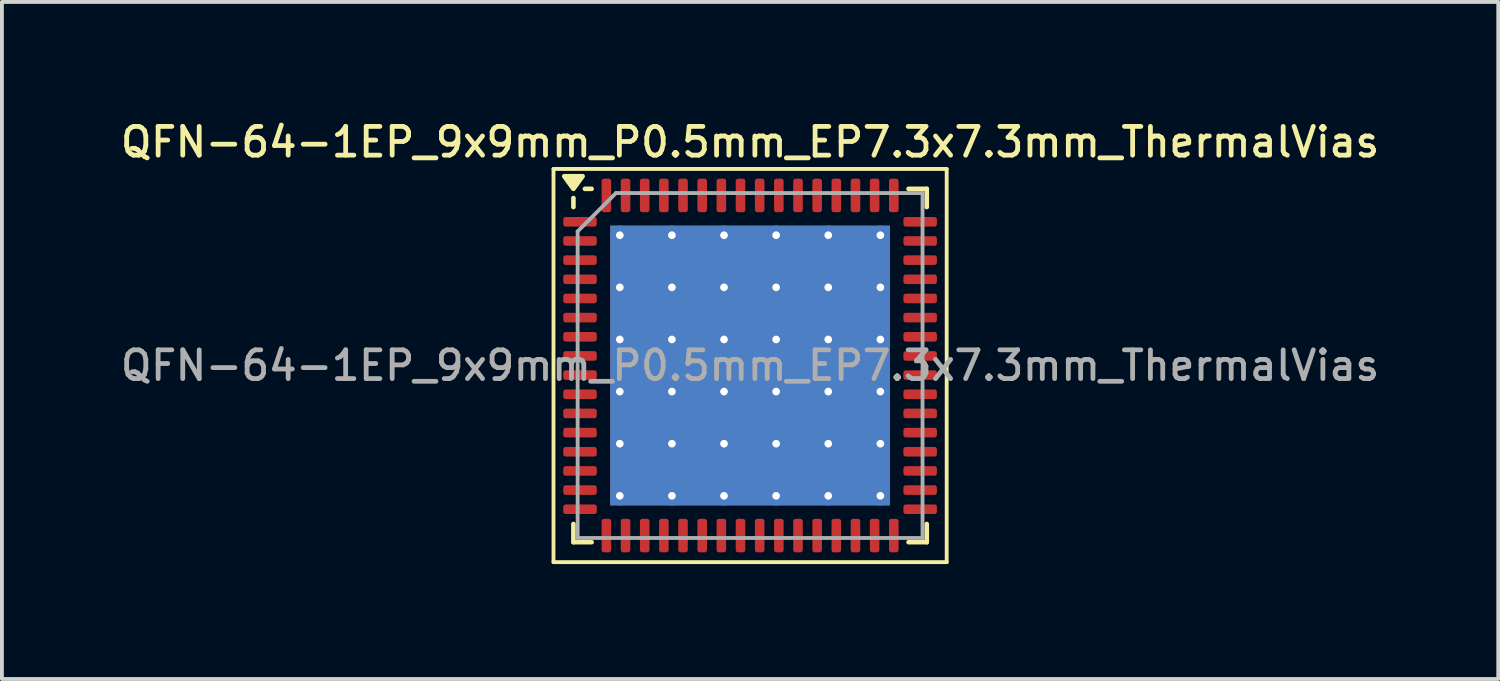
<source format=kicad_pcb>
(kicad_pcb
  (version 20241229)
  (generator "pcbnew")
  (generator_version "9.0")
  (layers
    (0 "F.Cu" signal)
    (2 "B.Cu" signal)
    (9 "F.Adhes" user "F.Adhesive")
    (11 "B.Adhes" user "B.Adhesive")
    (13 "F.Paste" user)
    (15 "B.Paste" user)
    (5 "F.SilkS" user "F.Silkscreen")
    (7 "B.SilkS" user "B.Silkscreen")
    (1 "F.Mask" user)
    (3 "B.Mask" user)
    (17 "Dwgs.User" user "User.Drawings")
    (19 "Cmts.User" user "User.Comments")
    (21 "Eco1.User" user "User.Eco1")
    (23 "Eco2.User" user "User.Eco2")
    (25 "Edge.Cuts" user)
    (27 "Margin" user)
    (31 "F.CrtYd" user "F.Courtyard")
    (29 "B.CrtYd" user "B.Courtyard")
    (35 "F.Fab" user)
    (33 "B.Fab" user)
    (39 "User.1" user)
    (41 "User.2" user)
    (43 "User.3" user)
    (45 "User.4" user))
  (footprint "QFN-64-1EP_9x9mm_P0.5mm_EP7.3x7.3mm_ThermalVias"
    (layer "F.Cu")
    (at 16.523 6.488)
    (property "Reference" "QFN-64-1EP_9x9mm_P0.5mm_EP7.3x7.3mm_ThermalVias" (at 0 -5.83 0) (layer "F.SilkS") (effects (font (size 0.75 0.75) (thickness 0.125))))
    (attr smd)
    (fp_line (start -5.13 -5.13) (end -5.13 5.13) (stroke (width 0.1) (type solid)) (layer "F.SilkS"))
    (fp_line (start -5.13 5.13) (end 5.13 5.13) (stroke (width 0.1) (type solid)) (layer "F.SilkS"))
    (fp_line (start -4.61 -4.135) (end -4.61 -4.37) (stroke (width 0.12) (type solid)) (layer "F.SilkS"))
    (fp_line (start -4.61 4.61) (end -4.61 4.135) (stroke (width 0.12) (type solid)) (layer "F.SilkS"))
    (fp_line (start -4.135 -4.61) (end -4.31 -4.61) (stroke (width 0.12) (type solid)) (layer "F.SilkS"))
    (fp_line (start -4.135 4.61) (end -4.61 4.61) (stroke (width 0.12) (type solid)) (layer "F.SilkS"))
    (fp_line (start 4.135 -4.61) (end 4.61 -4.61) (stroke (width 0.12) (type solid)) (layer "F.SilkS"))
    (fp_line (start 4.135 4.61) (end 4.61 4.61) (stroke (width 0.12) (type solid)) (layer "F.SilkS"))
    (fp_line (start 4.61 -4.61) (end 4.61 -4.135) (stroke (width 0.12) (type solid)) (layer "F.SilkS"))
    (fp_line (start 4.61 4.61) (end 4.61 4.135) (stroke (width 0.12) (type solid)) (layer "F.SilkS"))
    (fp_line (start 5.13 -5.13) (end -5.13 -5.13) (stroke (width 0.1) (type solid)) (layer "F.SilkS"))
    (fp_line (start 5.13 5.13) (end 5.13 -5.13) (stroke (width 0.1) (type solid)) (layer "F.SilkS"))
    (fp_poly (pts (xy -4.61 -4.61) (xy -4.85 -4.94) (xy -4.37 -4.94) (xy -4.61 -4.61)) (stroke (width 0.12) (type solid)) (fill yes) (layer "F.SilkS"))
    (fp_line (start -4.5 -3.5) (end -3.5 -4.5) (stroke (width 0.1) (type solid)) (layer "F.Fab"))
    (fp_line (start -4.5 4.5) (end -4.5 -3.5) (stroke (width 0.1) (type solid)) (layer "F.Fab"))
    (fp_line (start -3.5 -4.5) (end 4.5 -4.5) (stroke (width 0.1) (type solid)) (layer "F.Fab"))
    (fp_line (start 4.5 -4.5) (end 4.5 4.5) (stroke (width 0.1) (type solid)) (layer "F.Fab"))
    (fp_line (start 4.5 4.5) (end -4.5 4.5) (stroke (width 0.1) (type solid)) (layer "F.Fab"))
    (fp_text user "${REFERENCE}" (at 0 0 0) (layer "F.Fab") (effects (font (size 0.75 0.75) (thickness 0.125))))
    (pad "" smd roundrect (at -2.72 -2.72) (size 1.177 1.177) (layers "F.Paste") (roundrect_rratio 0.212))
    (pad "" smd roundrect (at -2.72 -1.36) (size 1.177 1.177) (layers "F.Paste") (roundrect_rratio 0.212))
    (pad "" smd roundrect (at -2.72 0) (size 1.177 1.177) (layers "F.Paste") (roundrect_rratio 0.212))
    (pad "" smd roundrect (at -2.72 1.36) (size 1.177 1.177) (layers "F.Paste") (roundrect_rratio 0.212))
    (pad "" smd roundrect (at -2.72 2.72) (size 1.177 1.177) (layers "F.Paste") (roundrect_rratio 0.212))
    (pad "" smd roundrect (at -1.36 -2.72) (size 1.177 1.177) (layers "F.Paste") (roundrect_rratio 0.212))
    (pad "" smd roundrect (at -1.36 -1.36) (size 1.177 1.177) (layers "F.Paste") (roundrect_rratio 0.212))
    (pad "" smd roundrect (at -1.36 0) (size 1.177 1.177) (layers "F.Paste") (roundrect_rratio 0.212))
    (pad "" smd roundrect (at -1.36 1.36) (size 1.177 1.177) (layers "F.Paste") (roundrect_rratio 0.212))
    (pad "" smd roundrect (at -1.36 2.72) (size 1.177 1.177) (layers "F.Paste") (roundrect_rratio 0.212))
    (pad "" smd roundrect (at 0 -2.72) (size 1.177 1.177) (layers "F.Paste") (roundrect_rratio 0.212))
    (pad "" smd roundrect (at 0 -1.36) (size 1.177 1.177) (layers "F.Paste") (roundrect_rratio 0.212))
    (pad "" smd roundrect (at 0 0) (size 1.177 1.177) (layers "F.Paste") (roundrect_rratio 0.212))
    (pad "" smd roundrect (at 0 1.36) (size 1.177 1.177) (layers "F.Paste") (roundrect_rratio 0.212))
    (pad "" smd roundrect (at 0 2.72) (size 1.177 1.177) (layers "F.Paste") (roundrect_rratio 0.212))
    (pad "" smd roundrect (at 1.36 -2.72) (size 1.177 1.177) (layers "F.Paste") (roundrect_rratio 0.212))
    (pad "" smd roundrect (at 1.36 -1.36) (size 1.177 1.177) (layers "F.Paste") (roundrect_rratio 0.212))
    (pad "" smd roundrect (at 1.36 0) (size 1.177 1.177) (layers "F.Paste") (roundrect_rratio 0.212))
    (pad "" smd roundrect (at 1.36 1.36) (size 1.177 1.177) (layers "F.Paste") (roundrect_rratio 0.212))
    (pad "" smd roundrect (at 1.36 2.72) (size 1.177 1.177) (layers "F.Paste") (roundrect_rratio 0.212))
    (pad "" smd roundrect (at 2.72 -2.72) (size 1.177 1.177) (layers "F.Paste") (roundrect_rratio 0.212))
    (pad "" smd roundrect (at 2.72 -1.36) (size 1.177 1.177) (layers "F.Paste") (roundrect_rratio 0.212))
    (pad "" smd roundrect (at 2.72 0) (size 1.177 1.177) (layers "F.Paste") (roundrect_rratio 0.212))
    (pad "" smd roundrect (at 2.72 1.36) (size 1.177 1.177) (layers "F.Paste") (roundrect_rratio 0.212))
    (pad "" smd roundrect (at 2.72 2.72) (size 1.177 1.177) (layers "F.Paste") (roundrect_rratio 0.212))
    (pad "1" smd roundrect (at -4.438 -3.75) (size 0.875 0.25) (layers "F.Cu" "F.Mask" "F.Paste") (roundrect_rratio 0.25))
    (pad "2" smd roundrect (at -4.438 -3.25) (size 0.875 0.25) (layers "F.Cu" "F.Mask" "F.Paste") (roundrect_rratio 0.25))
    (pad "3" smd roundrect (at -4.438 -2.75) (size 0.875 0.25) (layers "F.Cu" "F.Mask" "F.Paste") (roundrect_rratio 0.25))
    (pad "4" smd roundrect (at -4.438 -2.25) (size 0.875 0.25) (layers "F.Cu" "F.Mask" "F.Paste") (roundrect_rratio 0.25))
    (pad "5" smd roundrect (at -4.438 -1.75) (size 0.875 0.25) (layers "F.Cu" "F.Mask" "F.Paste") (roundrect_rratio 0.25))
    (pad "6" smd roundrect (at -4.438 -1.25) (size 0.875 0.25) (layers "F.Cu" "F.Mask" "F.Paste") (roundrect_rratio 0.25))
    (pad "7" smd roundrect (at -4.438 -0.75) (size 0.875 0.25) (layers "F.Cu" "F.Mask" "F.Paste") (roundrect_rratio 0.25))
    (pad "8" smd roundrect (at -4.438 -0.25) (size 0.875 0.25) (layers "F.Cu" "F.Mask" "F.Paste") (roundrect_rratio 0.25))
    (pad "9" smd roundrect (at -4.438 0.25) (size 0.875 0.25) (layers "F.Cu" "F.Mask" "F.Paste") (roundrect_rratio 0.25))
    (pad "10" smd roundrect (at -4.438 0.75) (size 0.875 0.25) (layers "F.Cu" "F.Mask" "F.Paste") (roundrect_rratio 0.25))
    (pad "11" smd roundrect (at -4.438 1.25) (size 0.875 0.25) (layers "F.Cu" "F.Mask" "F.Paste") (roundrect_rratio 0.25))
    (pad "12" smd roundrect (at -4.438 1.75) (size 0.875 0.25) (layers "F.Cu" "F.Mask" "F.Paste") (roundrect_rratio 0.25))
    (pad "13" smd roundrect (at -4.438 2.25) (size 0.875 0.25) (layers "F.Cu" "F.Mask" "F.Paste") (roundrect_rratio 0.25))
    (pad "14" smd roundrect (at -4.438 2.75) (size 0.875 0.25) (layers "F.Cu" "F.Mask" "F.Paste") (roundrect_rratio 0.25))
    (pad "15" smd roundrect (at -4.438 3.25) (size 0.875 0.25) (layers "F.Cu" "F.Mask" "F.Paste") (roundrect_rratio 0.25))
    (pad "16" smd roundrect (at -4.438 3.75) (size 0.875 0.25) (layers "F.Cu" "F.Mask" "F.Paste") (roundrect_rratio 0.25))
    (pad "17" smd roundrect (at -3.75 4.438) (size 0.25 0.875) (layers "F.Cu" "F.Mask" "F.Paste") (roundrect_rratio 0.25))
    (pad "18" smd roundrect (at -3.25 4.438) (size 0.25 0.875) (layers "F.Cu" "F.Mask" "F.Paste") (roundrect_rratio 0.25))
    (pad "19" smd roundrect (at -2.75 4.438) (size 0.25 0.875) (layers "F.Cu" "F.Mask" "F.Paste") (roundrect_rratio 0.25))
    (pad "20" smd roundrect (at -2.25 4.438) (size 0.25 0.875) (layers "F.Cu" "F.Mask" "F.Paste") (roundrect_rratio 0.25))
    (pad "21" smd roundrect (at -1.75 4.438) (size 0.25 0.875) (layers "F.Cu" "F.Mask" "F.Paste") (roundrect_rratio 0.25))
    (pad "22" smd roundrect (at -1.25 4.438) (size 0.25 0.875) (layers "F.Cu" "F.Mask" "F.Paste") (roundrect_rratio 0.25))
    (pad "23" smd roundrect (at -0.75 4.438) (size 0.25 0.875) (layers "F.Cu" "F.Mask" "F.Paste") (roundrect_rratio 0.25))
    (pad "24" smd roundrect (at -0.25 4.438) (size 0.25 0.875) (layers "F.Cu" "F.Mask" "F.Paste") (roundrect_rratio 0.25))
    (pad "25" smd roundrect (at 0.25 4.438) (size 0.25 0.875) (layers "F.Cu" "F.Mask" "F.Paste") (roundrect_rratio 0.25))
    (pad "26" smd roundrect (at 0.75 4.438) (size 0.25 0.875) (layers "F.Cu" "F.Mask" "F.Paste") (roundrect_rratio 0.25))
    (pad "27" smd roundrect (at 1.25 4.438) (size 0.25 0.875) (layers "F.Cu" "F.Mask" "F.Paste") (roundrect_rratio 0.25))
    (pad "28" smd roundrect (at 1.75 4.438) (size 0.25 0.875) (layers "F.Cu" "F.Mask" "F.Paste") (roundrect_rratio 0.25))
    (pad "29" smd roundrect (at 2.25 4.438) (size 0.25 0.875) (layers "F.Cu" "F.Mask" "F.Paste") (roundrect_rratio 0.25))
    (pad "30" smd roundrect (at 2.75 4.438) (size 0.25 0.875) (layers "F.Cu" "F.Mask" "F.Paste") (roundrect_rratio 0.25))
    (pad "31" smd roundrect (at 3.25 4.438) (size 0.25 0.875) (layers "F.Cu" "F.Mask" "F.Paste") (roundrect_rratio 0.25))
    (pad "32" smd roundrect (at 3.75 4.438) (size 0.25 0.875) (layers "F.Cu" "F.Mask" "F.Paste") (roundrect_rratio 0.25))
    (pad "33" smd roundrect (at 4.438 3.75) (size 0.875 0.25) (layers "F.Cu" "F.Mask" "F.Paste") (roundrect_rratio 0.25))
    (pad "34" smd roundrect (at 4.438 3.25) (size 0.875 0.25) (layers "F.Cu" "F.Mask" "F.Paste") (roundrect_rratio 0.25))
    (pad "35" smd roundrect (at 4.438 2.75) (size 0.875 0.25) (layers "F.Cu" "F.Mask" "F.Paste") (roundrect_rratio 0.25))
    (pad "36" smd roundrect (at 4.438 2.25) (size 0.875 0.25) (layers "F.Cu" "F.Mask" "F.Paste") (roundrect_rratio 0.25))
    (pad "37" smd roundrect (at 4.438 1.75) (size 0.875 0.25) (layers "F.Cu" "F.Mask" "F.Paste") (roundrect_rratio 0.25))
    (pad "38" smd roundrect (at 4.438 1.25) (size 0.875 0.25) (layers "F.Cu" "F.Mask" "F.Paste") (roundrect_rratio 0.25))
    (pad "39" smd roundrect (at 4.438 0.75) (size 0.875 0.25) (layers "F.Cu" "F.Mask" "F.Paste") (roundrect_rratio 0.25))
    (pad "40" smd roundrect (at 4.438 0.25) (size 0.875 0.25) (layers "F.Cu" "F.Mask" "F.Paste") (roundrect_rratio 0.25))
    (pad "41" smd roundrect (at 4.438 -0.25) (size 0.875 0.25) (layers "F.Cu" "F.Mask" "F.Paste") (roundrect_rratio 0.25))
    (pad "42" smd roundrect (at 4.438 -0.75) (size 0.875 0.25) (layers "F.Cu" "F.Mask" "F.Paste") (roundrect_rratio 0.25))
    (pad "43" smd roundrect (at 4.438 -1.25) (size 0.875 0.25) (layers "F.Cu" "F.Mask" "F.Paste") (roundrect_rratio 0.25))
    (pad "44" smd roundrect (at 4.438 -1.75) (size 0.875 0.25) (layers "F.Cu" "F.Mask" "F.Paste") (roundrect_rratio 0.25))
    (pad "45" smd roundrect (at 4.438 -2.25) (size 0.875 0.25) (layers "F.Cu" "F.Mask" "F.Paste") (roundrect_rratio 0.25))
    (pad "46" smd roundrect (at 4.438 -2.75) (size 0.875 0.25) (layers "F.Cu" "F.Mask" "F.Paste") (roundrect_rratio 0.25))
    (pad "47" smd roundrect (at 4.438 -3.25) (size 0.875 0.25) (layers "F.Cu" "F.Mask" "F.Paste") (roundrect_rratio 0.25))
    (pad "48" smd roundrect (at 4.438 -3.75) (size 0.875 0.25) (layers "F.Cu" "F.Mask" "F.Paste") (roundrect_rratio 0.25))
    (pad "49" smd roundrect (at 3.75 -4.438) (size 0.25 0.875) (layers "F.Cu" "F.Mask" "F.Paste") (roundrect_rratio 0.25))
    (pad "50" smd roundrect (at 3.25 -4.438) (size 0.25 0.875) (layers "F.Cu" "F.Mask" "F.Paste") (roundrect_rratio 0.25))
    (pad "51" smd roundrect (at 2.75 -4.438) (size 0.25 0.875) (layers "F.Cu" "F.Mask" "F.Paste") (roundrect_rratio 0.25))
    (pad "52" smd roundrect (at 2.25 -4.438) (size 0.25 0.875) (layers "F.Cu" "F.Mask" "F.Paste") (roundrect_rratio 0.25))
    (pad "53" smd roundrect (at 1.75 -4.438) (size 0.25 0.875) (layers "F.Cu" "F.Mask" "F.Paste") (roundrect_rratio 0.25))
    (pad "54" smd roundrect (at 1.25 -4.438) (size 0.25 0.875) (layers "F.Cu" "F.Mask" "F.Paste") (roundrect_rratio 0.25))
    (pad "55" smd roundrect (at 0.75 -4.438) (size 0.25 0.875) (layers "F.Cu" "F.Mask" "F.Paste") (roundrect_rratio 0.25))
    (pad "56" smd roundrect (at 0.25 -4.438) (size 0.25 0.875) (layers "F.Cu" "F.Mask" "F.Paste") (roundrect_rratio 0.25))
    (pad "57" smd roundrect (at -0.25 -4.438) (size 0.25 0.875) (layers "F.Cu" "F.Mask" "F.Paste") (roundrect_rratio 0.25))
    (pad "58" smd roundrect (at -0.75 -4.438) (size 0.25 0.875) (layers "F.Cu" "F.Mask" "F.Paste") (roundrect_rratio 0.25))
    (pad "59" smd roundrect (at -1.25 -4.438) (size 0.25 0.875) (layers "F.Cu" "F.Mask" "F.Paste") (roundrect_rratio 0.25))
    (pad "60" smd roundrect (at -1.75 -4.438) (size 0.25 0.875) (layers "F.Cu" "F.Mask" "F.Paste") (roundrect_rratio 0.25))
    (pad "61" smd roundrect (at -2.25 -4.438) (size 0.25 0.875) (layers "F.Cu" "F.Mask" "F.Paste") (roundrect_rratio 0.25))
    (pad "62" smd roundrect (at -2.75 -4.438) (size 0.25 0.875) (layers "F.Cu" "F.Mask" "F.Paste") (roundrect_rratio 0.25))
    (pad "63" smd roundrect (at -3.25 -4.438) (size 0.25 0.875) (layers "F.Cu" "F.Mask" "F.Paste") (roundrect_rratio 0.25))
    (pad "64" smd roundrect (at -3.75 -4.438) (size 0.25 0.875) (layers "F.Cu" "F.Mask" "F.Paste") (roundrect_rratio 0.25))
    (pad "65" thru_hole circle (at -3.4 -3.4) (size 0.5 0.5) (drill 0.2) (property pad_prop_heatsink) (layers "*.Cu"))
    (pad "65" thru_hole circle (at -3.4 -2.04) (size 0.5 0.5) (drill 0.2) (property pad_prop_heatsink) (layers "*.Cu"))
    (pad "65" thru_hole circle (at -3.4 -0.68) (size 0.5 0.5) (drill 0.2) (property pad_prop_heatsink) (layers "*.Cu"))
    (pad "65" thru_hole circle (at -3.4 0.68) (size 0.5 0.5) (drill 0.2) (property pad_prop_heatsink) (layers "*.Cu"))
    (pad "65" thru_hole circle (at -3.4 2.04) (size 0.5 0.5) (drill 0.2) (property pad_prop_heatsink) (layers "*.Cu"))
    (pad "65" thru_hole circle (at -3.4 3.4) (size 0.5 0.5) (drill 0.2) (property pad_prop_heatsink) (layers "*.Cu"))
    (pad "65" thru_hole circle (at -2.04 -3.4) (size 0.5 0.5) (drill 0.2) (property pad_prop_heatsink) (layers "*.Cu"))
    (pad "65" thru_hole circle (at -2.04 -2.04) (size 0.5 0.5) (drill 0.2) (property pad_prop_heatsink) (layers "*.Cu"))
    (pad "65" thru_hole circle (at -2.04 -0.68) (size 0.5 0.5) (drill 0.2) (property pad_prop_heatsink) (layers "*.Cu"))
    (pad "65" thru_hole circle (at -2.04 0.68) (size 0.5 0.5) (drill 0.2) (property pad_prop_heatsink) (layers "*.Cu"))
    (pad "65" thru_hole circle (at -2.04 2.04) (size 0.5 0.5) (drill 0.2) (property pad_prop_heatsink) (layers "*.Cu"))
    (pad "65" thru_hole circle (at -2.04 3.4) (size 0.5 0.5) (drill 0.2) (property pad_prop_heatsink) (layers "*.Cu"))
    (pad "65" thru_hole circle (at -0.68 -3.4) (size 0.5 0.5) (drill 0.2) (property pad_prop_heatsink) (layers "*.Cu"))
    (pad "65" thru_hole circle (at -0.68 -2.04) (size 0.5 0.5) (drill 0.2) (property pad_prop_heatsink) (layers "*.Cu"))
    (pad "65" thru_hole circle (at -0.68 -0.68) (size 0.5 0.5) (drill 0.2) (property pad_prop_heatsink) (layers "*.Cu"))
    (pad "65" thru_hole circle (at -0.68 0.68) (size 0.5 0.5) (drill 0.2) (property pad_prop_heatsink) (layers "*.Cu"))
    (pad "65" thru_hole circle (at -0.68 2.04) (size 0.5 0.5) (drill 0.2) (property pad_prop_heatsink) (layers "*.Cu"))
    (pad "65" thru_hole circle (at -0.68 3.4) (size 0.5 0.5) (drill 0.2) (property pad_prop_heatsink) (layers "*.Cu"))
    (pad "65" smd rect (at 0 0) (size 7.3 7.3) (property pad_prop_heatsink) (layers "F.Cu" "F.Mask"))
    (pad "65" smd rect (at 0 0) (size 7.3 7.3) (property pad_prop_heatsink) (layers "B.Cu"))
    (pad "65" thru_hole circle (at 0.68 -3.4) (size 0.5 0.5) (drill 0.2) (property pad_prop_heatsink) (layers "*.Cu"))
    (pad "65" thru_hole circle (at 0.68 -2.04) (size 0.5 0.5) (drill 0.2) (property pad_prop_heatsink) (layers "*.Cu"))
    (pad "65" thru_hole circle (at 0.68 -0.68) (size 0.5 0.5) (drill 0.2) (property pad_prop_heatsink) (layers "*.Cu"))
    (pad "65" thru_hole circle (at 0.68 0.68) (size 0.5 0.5) (drill 0.2) (property pad_prop_heatsink) (layers "*.Cu"))
    (pad "65" thru_hole circle (at 0.68 2.04) (size 0.5 0.5) (drill 0.2) (property pad_prop_heatsink) (layers "*.Cu"))
    (pad "65" thru_hole circle (at 0.68 3.4) (size 0.5 0.5) (drill 0.2) (property pad_prop_heatsink) (layers "*.Cu"))
    (pad "65" thru_hole circle (at 2.04 -3.4) (size 0.5 0.5) (drill 0.2) (property pad_prop_heatsink) (layers "*.Cu"))
    (pad "65" thru_hole circle (at 2.04 -2.04) (size 0.5 0.5) (drill 0.2) (property pad_prop_heatsink) (layers "*.Cu"))
    (pad "65" thru_hole circle (at 2.04 -0.68) (size 0.5 0.5) (drill 0.2) (property pad_prop_heatsink) (layers "*.Cu"))
    (pad "65" thru_hole circle (at 2.04 0.68) (size 0.5 0.5) (drill 0.2) (property pad_prop_heatsink) (layers "*.Cu"))
    (pad "65" thru_hole circle (at 2.04 2.04) (size 0.5 0.5) (drill 0.2) (property pad_prop_heatsink) (layers "*.Cu"))
    (pad "65" thru_hole circle (at 2.04 3.4) (size 0.5 0.5) (drill 0.2) (property pad_prop_heatsink) (layers "*.Cu"))
    (pad "65" thru_hole circle (at 3.4 -3.4) (size 0.5 0.5) (drill 0.2) (property pad_prop_heatsink) (layers "*.Cu"))
    (pad "65" thru_hole circle (at 3.4 -2.04) (size 0.5 0.5) (drill 0.2) (property pad_prop_heatsink) (layers "*.Cu"))
    (pad "65" thru_hole circle (at 3.4 -0.68) (size 0.5 0.5) (drill 0.2) (property pad_prop_heatsink) (layers "*.Cu"))
    (pad "65" thru_hole circle (at 3.4 0.68) (size 0.5 0.5) (drill 0.2) (property pad_prop_heatsink) (layers "*.Cu"))
    (pad "65" thru_hole circle (at 3.4 2.04) (size 0.5 0.5) (drill 0.2) (property pad_prop_heatsink) (layers "*.Cu"))
    (pad "65" thru_hole circle (at 3.4 3.4) (size 0.5 0.5) (drill 0.2) (property pad_prop_heatsink) (layers "*.Cu")))
  (gr_rect
    (start -3 -3)
    (end 36.046 14.668)
    (stroke (width 0.1) (type default))
    (fill no)
    (layer "Edge.Cuts")))
</source>
